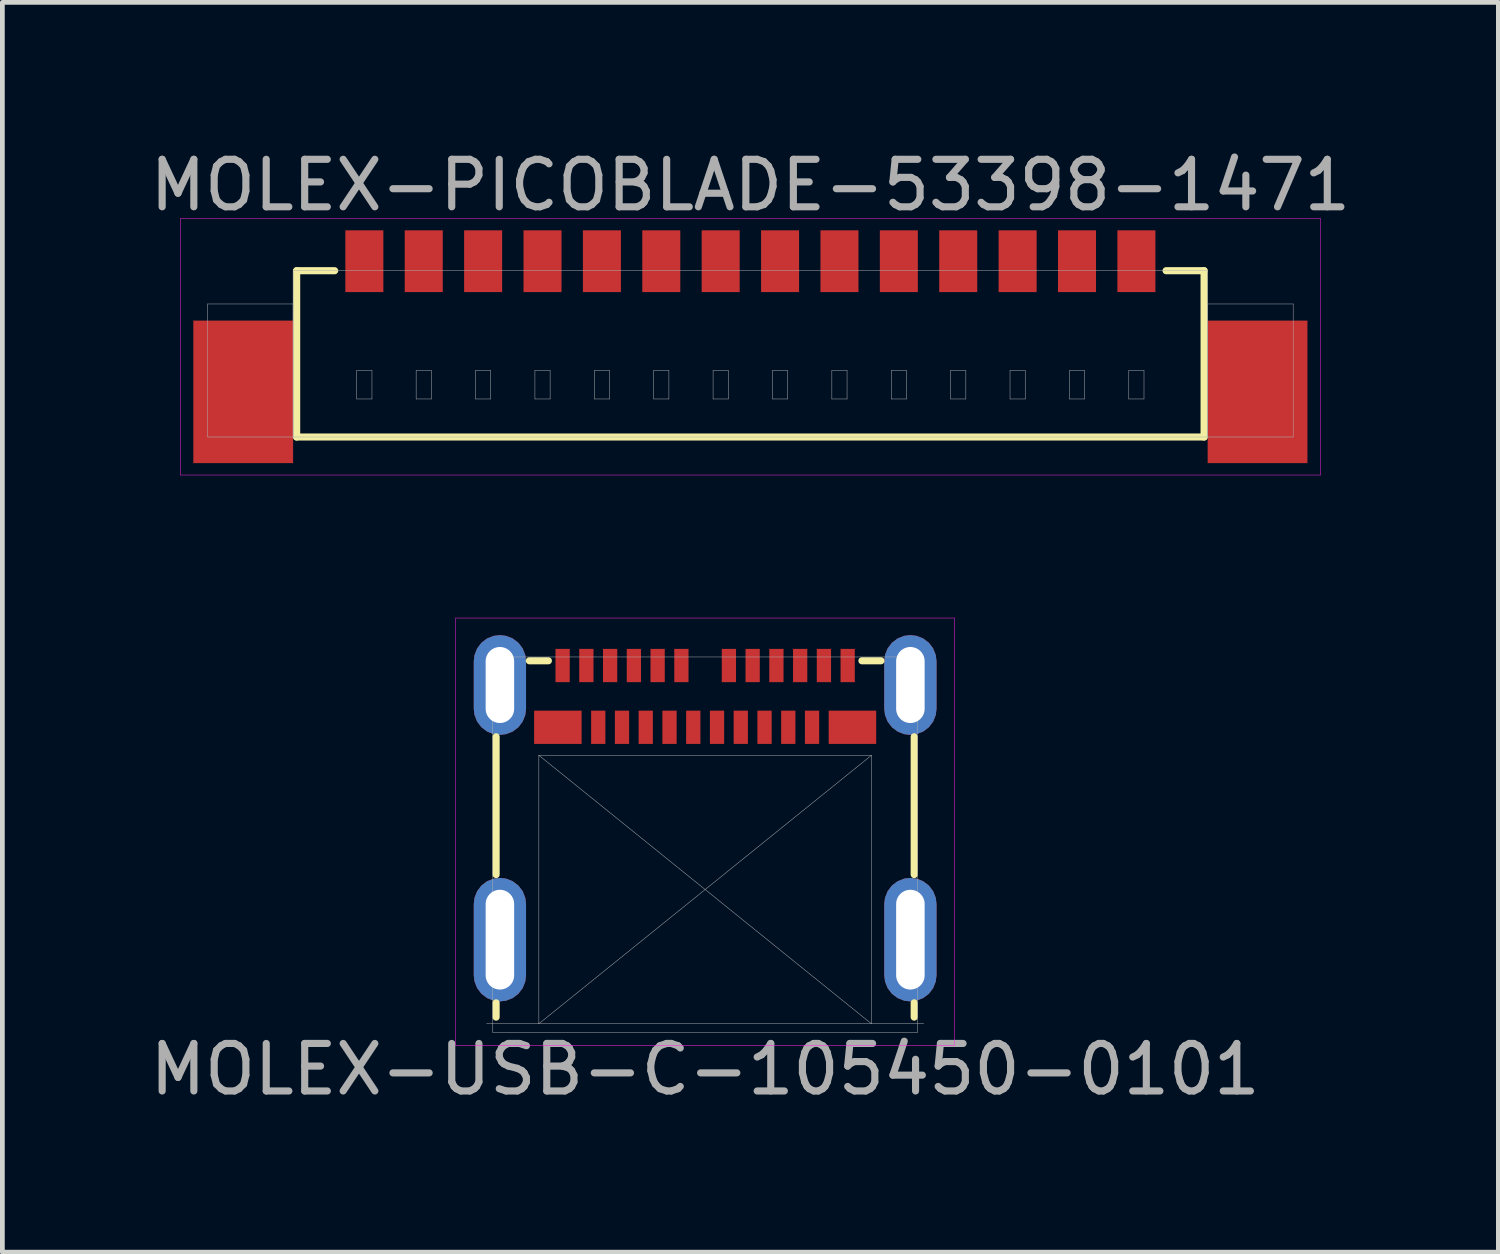
<source format=kicad_pcb>
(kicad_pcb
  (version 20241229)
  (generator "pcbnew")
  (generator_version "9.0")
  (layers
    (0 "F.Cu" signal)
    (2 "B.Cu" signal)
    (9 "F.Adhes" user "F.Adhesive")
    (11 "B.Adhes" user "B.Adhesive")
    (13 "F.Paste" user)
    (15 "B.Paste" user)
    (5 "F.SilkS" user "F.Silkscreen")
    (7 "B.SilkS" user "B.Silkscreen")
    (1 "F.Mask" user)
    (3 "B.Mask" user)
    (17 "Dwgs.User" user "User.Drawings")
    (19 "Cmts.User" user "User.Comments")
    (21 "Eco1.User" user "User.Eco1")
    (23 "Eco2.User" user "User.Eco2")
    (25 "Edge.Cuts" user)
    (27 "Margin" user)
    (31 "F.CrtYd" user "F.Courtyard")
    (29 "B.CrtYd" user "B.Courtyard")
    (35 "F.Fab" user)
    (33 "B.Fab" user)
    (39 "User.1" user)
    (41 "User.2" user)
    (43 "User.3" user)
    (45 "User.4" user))
  (footprint "MOLEX-USB-C-105450-0101"
    (layer "F.Cu")
    (at 11.792 10.958)
    (property "Reference" "MOLEX-USB-C-105450-0101" (at 0 8.5 0) (layer "F.Fab") (effects (font (size 1 1) (thickness 0.15))))
    (attr through_hole)
    (fp_line (start -4.4 1.5) (end -4.4 4.4) (stroke (width 0.15) (type solid)) (layer "F.SilkS"))
    (fp_line (start -4.4 7.4) (end -4.4 7.1) (stroke (width 0.15) (type solid)) (layer "F.SilkS"))
    (fp_line (start -3.7 -0.1) (end -3.3 -0.1) (stroke (width 0.15) (type solid)) (layer "F.SilkS"))
    (fp_line (start 3.3 -0.1) (end 3.7 -0.1) (stroke (width 0.15) (type solid)) (layer "F.SilkS"))
    (fp_line (start 4.4 1.5) (end 4.4 4.4) (stroke (width 0.15) (type solid)) (layer "F.SilkS"))
    (fp_line (start 4.4 7.4) (end 4.4 7.1) (stroke (width 0.15) (type solid)) (layer "F.SilkS"))
    (fp_line (start -5.25 -1) (end 5.25 -1) (stroke (width 0.01) (type solid)) (layer "F.CrtYd"))
    (fp_line (start -5.25 8) (end -5.25 -1) (stroke (width 0.01) (type solid)) (layer "F.CrtYd"))
    (fp_line (start 5.25 -1) (end 5.25 8) (stroke (width 0.01) (type solid)) (layer "F.CrtYd"))
    (fp_line (start 5.25 8) (end -5.25 8) (stroke (width 0.01) (type solid)) (layer "F.CrtYd"))
    (fp_line (start -4.47 -0.18) (end 4.47 -0.18) (stroke (width 0.01) (type solid)) (layer "F.Fab"))
    (fp_line (start -4.47 7.72) (end -4.47 -0.18) (stroke (width 0.01) (type solid)) (layer "F.Fab"))
    (fp_line (start -4.47 7.72) (end 4.47 7.72) (stroke (width 0.01) (type solid)) (layer "F.Fab"))
    (fp_line (start -3.5 1.89) (end 3.5 7.54) (stroke (width 0.01) (type solid)) (layer "F.Fab"))
    (fp_line (start -3.5 7.54) (end -4.6 7.54) (stroke (width 0.01) (type solid)) (layer "F.Fab"))
    (fp_line (start -3.5 7.54) (end -3.5 1.89) (stroke (width 0.01) (type solid)) (layer "F.Fab"))
    (fp_line (start -3.5 7.54) (end 3.5 7.54) (stroke (width 0.01) (type solid)) (layer "F.Fab"))
    (fp_line (start 3.5 1.89) (end -3.5 1.89) (stroke (width 0.01) (type solid)) (layer "F.Fab"))
    (fp_line (start 3.5 1.89) (end -3.5 7.54) (stroke (width 0.01) (type solid)) (layer "F.Fab"))
    (fp_line (start 3.5 7.54) (end 3.5 1.89) (stroke (width 0.01) (type solid)) (layer "F.Fab"))
    (fp_line (start 3.5 7.54) (end 4.6 7.54) (stroke (width 0.01) (type solid)) (layer "F.Fab"))
    (fp_line (start 4.47 7.72) (end 4.47 -0.18) (stroke (width 0.01) (type solid)) (layer "F.Fab"))
    (pad "A1" smd rect (at -3 0) (size 0.3 0.7) (layers "F.Cu" "F.Mask" "F.Paste"))
    (pad "A2" smd rect (at -2.5 0) (size 0.3 0.7) (layers "F.Cu" "F.Mask" "F.Paste"))
    (pad "A3" smd rect (at -2 0) (size 0.3 0.7) (layers "F.Cu" "F.Mask" "F.Paste"))
    (pad "A4" smd rect (at -1.5 0) (size 0.3 0.7) (layers "F.Cu" "F.Mask" "F.Paste"))
    (pad "A5" smd rect (at -1 0) (size 0.3 0.7) (layers "F.Cu" "F.Mask" "F.Paste"))
    (pad "A6" smd rect (at -0.5 0) (size 0.3 0.7) (layers "F.Cu" "F.Mask" "F.Paste"))
    (pad "A7" smd rect (at 0.5 0) (size 0.3 0.7) (layers "F.Cu" "F.Mask" "F.Paste"))
    (pad "A8" smd rect (at 1 0) (size 0.3 0.7) (layers "F.Cu" "F.Mask" "F.Paste"))
    (pad "A9" smd rect (at 1.5 0) (size 0.3 0.7) (layers "F.Cu" "F.Mask" "F.Paste"))
    (pad "A10" smd rect (at 2 0) (size 0.3 0.7) (layers "F.Cu" "F.Mask" "F.Paste"))
    (pad "A11" smd rect (at 2.5 0) (size 0.3 0.7) (layers "F.Cu" "F.Mask" "F.Paste"))
    (pad "A12" smd rect (at 3 0) (size 0.3 0.7) (layers "F.Cu" "F.Mask" "F.Paste"))
    (pad "B1" smd rect (at 3.1 1.3) (size 1 0.7) (layers "F.Cu" "F.Mask" "F.Paste"))
    (pad "B2" smd rect (at 2.25 1.3) (size 0.3 0.7) (layers "F.Cu" "F.Mask" "F.Paste"))
    (pad "B3" smd rect (at 1.75 1.3) (size 0.3 0.7) (layers "F.Cu" "F.Mask" "F.Paste"))
    (pad "B4" smd rect (at 1.25 1.3) (size 0.3 0.7) (layers "F.Cu" "F.Mask" "F.Paste"))
    (pad "B5" smd rect (at 0.75 1.3) (size 0.3 0.7) (layers "F.Cu" "F.Mask" "F.Paste"))
    (pad "B6" smd rect (at 0.25 1.3) (size 0.3 0.7) (layers "F.Cu" "F.Mask" "F.Paste"))
    (pad "B7" smd rect (at -0.25 1.3) (size 0.3 0.7) (layers "F.Cu" "F.Mask" "F.Paste"))
    (pad "B8" smd rect (at -0.75 1.3) (size 0.3 0.7) (layers "F.Cu" "F.Mask" "F.Paste"))
    (pad "B9" smd rect (at -1.25 1.3) (size 0.3 0.7) (layers "F.Cu" "F.Mask" "F.Paste"))
    (pad "B10" smd rect (at -1.75 1.3) (size 0.3 0.7) (layers "F.Cu" "F.Mask" "F.Paste"))
    (pad "B11" smd rect (at -2.25 1.3) (size 0.3 0.7) (layers "F.Cu" "F.Mask" "F.Paste"))
    (pad "B12" smd rect (at -3.1 1.3) (size 1 0.7) (layers "F.Cu" "F.Mask" "F.Paste"))
    (pad "S" thru_hole roundrect (at -4.32 0.41) (size 1.1 2.1) (drill oval 0.6 1.6) (layers "*.Cu" "*.Mask") (roundrect_rratio 0.5))
    (pad "S" thru_hole roundrect (at -4.32 5.77) (size 1.1 2.6) (drill oval 0.6 2.1) (layers "*.Cu" "*.Mask") (roundrect_rratio 0.5))
    (pad "S" thru_hole roundrect (at 4.32 0.41) (size 1.1 2.1) (drill oval 0.6 1.6) (layers "*.Cu" "*.Mask") (roundrect_rratio 0.5))
    (pad "S" thru_hole roundrect (at 4.32 5.77) (size 1.1 2.6) (drill oval 0.6 2.1) (layers "*.Cu" "*.Mask") (roundrect_rratio 0.5)))
  (footprint "MOLEX-PICOBLADE-53398-1471"
    (layer "F.Cu")
    (at 12.744 2.448)
    (property "Reference" "MOLEX-PICOBLADE-53398-1471" (at 0 -1.6 0) (layer "F.Fab") (effects (font (size 1 1) (thickness 0.15))))
    (attr smd)
    (fp_line (start -9.55 0.2) (end -9.55 3.7) (stroke (width 0.15) (type solid)) (layer "F.SilkS"))
    (fp_line (start -9.55 3.7) (end 9.55 3.7) (stroke (width 0.15) (type solid)) (layer "F.SilkS"))
    (fp_line (start -8.75 0.2) (end -9.55 0.2) (stroke (width 0.15) (type solid)) (layer "F.SilkS"))
    (fp_line (start 8.75 0.2) (end 9.55 0.2) (stroke (width 0.15) (type solid)) (layer "F.SilkS"))
    (fp_line (start 9.55 3.7) (end 9.55 0.2) (stroke (width 0.15) (type solid)) (layer "F.SilkS"))
    (fp_line (start -12 -0.9) (end 12 -0.9) (stroke (width 0.01) (type solid)) (layer "F.CrtYd"))
    (fp_line (start -12 4.5) (end -12 -0.9) (stroke (width 0.01) (type solid)) (layer "F.CrtYd"))
    (fp_line (start 12 -0.9) (end 12 4.5) (stroke (width 0.01) (type solid)) (layer "F.CrtYd"))
    (fp_line (start 12 4.5) (end -12 4.5) (stroke (width 0.01) (type solid)) (layer "F.CrtYd"))
    (fp_line (start -11.425 0.9) (end -9.625 0.9) (stroke (width 0.01) (type solid)) (layer "F.Fab"))
    (fp_line (start -11.425 3.7) (end -11.425 0.9) (stroke (width 0.01) (type solid)) (layer "F.Fab"))
    (fp_line (start -9.625 0.2) (end 9.625 0.2) (stroke (width 0.01) (type solid)) (layer "F.Fab"))
    (fp_line (start -9.625 0.9) (end -9.625 3.7) (stroke (width 0.01) (type solid)) (layer "F.Fab"))
    (fp_line (start -9.625 3.7) (end -11.425 3.7) (stroke (width 0.01) (type solid)) (layer "F.Fab"))
    (fp_line (start -9.625 3.7) (end -9.625 0.2) (stroke (width 0.01) (type solid)) (layer "F.Fab"))
    (fp_line (start -8.285 2.3) (end -7.965 2.3) (stroke (width 0.01) (type solid)) (layer "F.Fab"))
    (fp_line (start -8.285 2.9) (end -8.285 2.3) (stroke (width 0.01) (type solid)) (layer "F.Fab"))
    (fp_line (start -7.965 2.3) (end -7.965 2.9) (stroke (width 0.01) (type solid)) (layer "F.Fab"))
    (fp_line (start -7.965 2.9) (end -8.285 2.9) (stroke (width 0.01) (type solid)) (layer "F.Fab"))
    (fp_line (start -7.035 2.3) (end -6.715 2.3) (stroke (width 0.01) (type solid)) (layer "F.Fab"))
    (fp_line (start -7.035 2.9) (end -7.035 2.3) (stroke (width 0.01) (type solid)) (layer "F.Fab"))
    (fp_line (start -6.715 2.3) (end -6.715 2.9) (stroke (width 0.01) (type solid)) (layer "F.Fab"))
    (fp_line (start -6.715 2.9) (end -7.035 2.9) (stroke (width 0.01) (type solid)) (layer "F.Fab"))
    (fp_line (start -5.785 2.3) (end -5.465 2.3) (stroke (width 0.01) (type solid)) (layer "F.Fab"))
    (fp_line (start -5.785 2.9) (end -5.785 2.3) (stroke (width 0.01) (type solid)) (layer "F.Fab"))
    (fp_line (start -5.465 2.3) (end -5.465 2.9) (stroke (width 0.01) (type solid)) (layer "F.Fab"))
    (fp_line (start -5.465 2.9) (end -5.785 2.9) (stroke (width 0.01) (type solid)) (layer "F.Fab"))
    (fp_line (start -4.535 2.3) (end -4.215 2.3) (stroke (width 0.01) (type solid)) (layer "F.Fab"))
    (fp_line (start -4.535 2.9) (end -4.535 2.3) (stroke (width 0.01) (type solid)) (layer "F.Fab"))
    (fp_line (start -4.215 2.3) (end -4.215 2.9) (stroke (width 0.01) (type solid)) (layer "F.Fab"))
    (fp_line (start -4.215 2.9) (end -4.535 2.9) (stroke (width 0.01) (type solid)) (layer "F.Fab"))
    (fp_line (start -3.285 2.3) (end -2.965 2.3) (stroke (width 0.01) (type solid)) (layer "F.Fab"))
    (fp_line (start -3.285 2.9) (end -3.285 2.3) (stroke (width 0.01) (type solid)) (layer "F.Fab"))
    (fp_line (start -2.965 2.3) (end -2.965 2.9) (stroke (width 0.01) (type solid)) (layer "F.Fab"))
    (fp_line (start -2.965 2.9) (end -3.285 2.9) (stroke (width 0.01) (type solid)) (layer "F.Fab"))
    (fp_line (start -2.035 2.3) (end -1.715 2.3) (stroke (width 0.01) (type solid)) (layer "F.Fab"))
    (fp_line (start -2.035 2.9) (end -2.035 2.3) (stroke (width 0.01) (type solid)) (layer "F.Fab"))
    (fp_line (start -1.715 2.3) (end -1.715 2.9) (stroke (width 0.01) (type solid)) (layer "F.Fab"))
    (fp_line (start -1.715 2.9) (end -2.035 2.9) (stroke (width 0.01) (type solid)) (layer "F.Fab"))
    (fp_line (start -0.785 2.3) (end -0.465 2.3) (stroke (width 0.01) (type solid)) (layer "F.Fab"))
    (fp_line (start -0.785 2.9) (end -0.785 2.3) (stroke (width 0.01) (type solid)) (layer "F.Fab"))
    (fp_line (start -0.465 2.3) (end -0.465 2.9) (stroke (width 0.01) (type solid)) (layer "F.Fab"))
    (fp_line (start -0.465 2.9) (end -0.785 2.9) (stroke (width 0.01) (type solid)) (layer "F.Fab"))
    (fp_line (start 0.465 2.3) (end 0.785 2.3) (stroke (width 0.01) (type solid)) (layer "F.Fab"))
    (fp_line (start 0.465 2.9) (end 0.465 2.3) (stroke (width 0.01) (type solid)) (layer "F.Fab"))
    (fp_line (start 0.785 2.3) (end 0.785 2.9) (stroke (width 0.01) (type solid)) (layer "F.Fab"))
    (fp_line (start 0.785 2.9) (end 0.465 2.9) (stroke (width 0.01) (type solid)) (layer "F.Fab"))
    (fp_line (start 1.715 2.3) (end 2.035 2.3) (stroke (width 0.01) (type solid)) (layer "F.Fab"))
    (fp_line (start 1.715 2.9) (end 1.715 2.3) (stroke (width 0.01) (type solid)) (layer "F.Fab"))
    (fp_line (start 2.035 2.3) (end 2.035 2.9) (stroke (width 0.01) (type solid)) (layer "F.Fab"))
    (fp_line (start 2.035 2.9) (end 1.715 2.9) (stroke (width 0.01) (type solid)) (layer "F.Fab"))
    (fp_line (start 2.965 2.3) (end 3.285 2.3) (stroke (width 0.01) (type solid)) (layer "F.Fab"))
    (fp_line (start 2.965 2.9) (end 2.965 2.3) (stroke (width 0.01) (type solid)) (layer "F.Fab"))
    (fp_line (start 3.285 2.3) (end 3.285 2.9) (stroke (width 0.01) (type solid)) (layer "F.Fab"))
    (fp_line (start 3.285 2.9) (end 2.965 2.9) (stroke (width 0.01) (type solid)) (layer "F.Fab"))
    (fp_line (start 4.215 2.3) (end 4.535 2.3) (stroke (width 0.01) (type solid)) (layer "F.Fab"))
    (fp_line (start 4.215 2.9) (end 4.215 2.3) (stroke (width 0.01) (type solid)) (layer "F.Fab"))
    (fp_line (start 4.535 2.3) (end 4.535 2.9) (stroke (width 0.01) (type solid)) (layer "F.Fab"))
    (fp_line (start 4.535 2.9) (end 4.215 2.9) (stroke (width 0.01) (type solid)) (layer "F.Fab"))
    (fp_line (start 5.465 2.3) (end 5.785 2.3) (stroke (width 0.01) (type solid)) (layer "F.Fab"))
    (fp_line (start 5.465 2.9) (end 5.465 2.3) (stroke (width 0.01) (type solid)) (layer "F.Fab"))
    (fp_line (start 5.785 2.3) (end 5.785 2.9) (stroke (width 0.01) (type solid)) (layer "F.Fab"))
    (fp_line (start 5.785 2.9) (end 5.465 2.9) (stroke (width 0.01) (type solid)) (layer "F.Fab"))
    (fp_line (start 6.715 2.3) (end 7.035 2.3) (stroke (width 0.01) (type solid)) (layer "F.Fab"))
    (fp_line (start 6.715 2.9) (end 6.715 2.3) (stroke (width 0.01) (type solid)) (layer "F.Fab"))
    (fp_line (start 7.035 2.3) (end 7.035 2.9) (stroke (width 0.01) (type solid)) (layer "F.Fab"))
    (fp_line (start 7.035 2.9) (end 6.715 2.9) (stroke (width 0.01) (type solid)) (layer "F.Fab"))
    (fp_line (start 7.965 2.3) (end 8.285 2.3) (stroke (width 0.01) (type solid)) (layer "F.Fab"))
    (fp_line (start 7.965 2.9) (end 7.965 2.3) (stroke (width 0.01) (type solid)) (layer "F.Fab"))
    (fp_line (start 8.285 2.3) (end 8.285 2.9) (stroke (width 0.01) (type solid)) (layer "F.Fab"))
    (fp_line (start 8.285 2.9) (end 7.965 2.9) (stroke (width 0.01) (type solid)) (layer "F.Fab"))
    (fp_line (start 9.625 0.2) (end 9.625 3.7) (stroke (width 0.01) (type solid)) (layer "F.Fab"))
    (fp_line (start 9.625 0.9) (end 11.425 0.9) (stroke (width 0.01) (type solid)) (layer "F.Fab"))
    (fp_line (start 9.625 3.7) (end -9.625 3.7) (stroke (width 0.01) (type solid)) (layer "F.Fab"))
    (fp_line (start 9.625 3.7) (end 9.625 0.9) (stroke (width 0.01) (type solid)) (layer "F.Fab"))
    (fp_line (start 11.425 0.9) (end 11.425 3.7) (stroke (width 0.01) (type solid)) (layer "F.Fab"))
    (fp_line (start 11.425 3.7) (end 9.625 3.7) (stroke (width 0.01) (type solid)) (layer "F.Fab"))
    (pad "" smd rect (at -10.675 2.75) (size 2.1 3) (layers "F.Cu" "F.Mask" "F.Paste"))
    (pad "" smd rect (at 10.675 2.75) (size 2.1 3) (layers "F.Cu" "F.Mask" "F.Paste"))
    (pad "1" smd rect (at -8.125 0) (size 0.8 1.3) (layers "F.Cu" "F.Mask" "F.Paste"))
    (pad "2" smd rect (at -6.875 0) (size 0.8 1.3) (layers "F.Cu" "F.Mask" "F.Paste"))
    (pad "3" smd rect (at -5.625 0) (size 0.8 1.3) (layers "F.Cu" "F.Mask" "F.Paste"))
    (pad "4" smd rect (at -4.375 0) (size 0.8 1.3) (layers "F.Cu" "F.Mask" "F.Paste"))
    (pad "5" smd rect (at -3.125 0) (size 0.8 1.3) (layers "F.Cu" "F.Mask" "F.Paste"))
    (pad "6" smd rect (at -1.875 0) (size 0.8 1.3) (layers "F.Cu" "F.Mask" "F.Paste"))
    (pad "7" smd rect (at -0.625 0) (size 0.8 1.3) (layers "F.Cu" "F.Mask" "F.Paste"))
    (pad "8" smd rect (at 0.625 0) (size 0.8 1.3) (layers "F.Cu" "F.Mask" "F.Paste"))
    (pad "9" smd rect (at 1.875 0) (size 0.8 1.3) (layers "F.Cu" "F.Mask" "F.Paste"))
    (pad "10" smd rect (at 3.125 0) (size 0.8 1.3) (layers "F.Cu" "F.Mask" "F.Paste"))
    (pad "11" smd rect (at 4.375 0) (size 0.8 1.3) (layers "F.Cu" "F.Mask" "F.Paste"))
    (pad "12" smd rect (at 5.625 0) (size 0.8 1.3) (layers "F.Cu" "F.Mask" "F.Paste"))
    (pad "13" smd rect (at 6.875 0) (size 0.8 1.3) (layers "F.Cu" "F.Mask" "F.Paste"))
    (pad "14" smd rect (at 8.125 0) (size 0.8 1.3) (layers "F.Cu" "F.Mask" "F.Paste")))
  (gr_rect
    (start -3 -3)
    (end 28.488 23.306)
    (stroke (width 0.1) (type default))
    (fill no)
    (layer "Edge.Cuts")))
</source>
